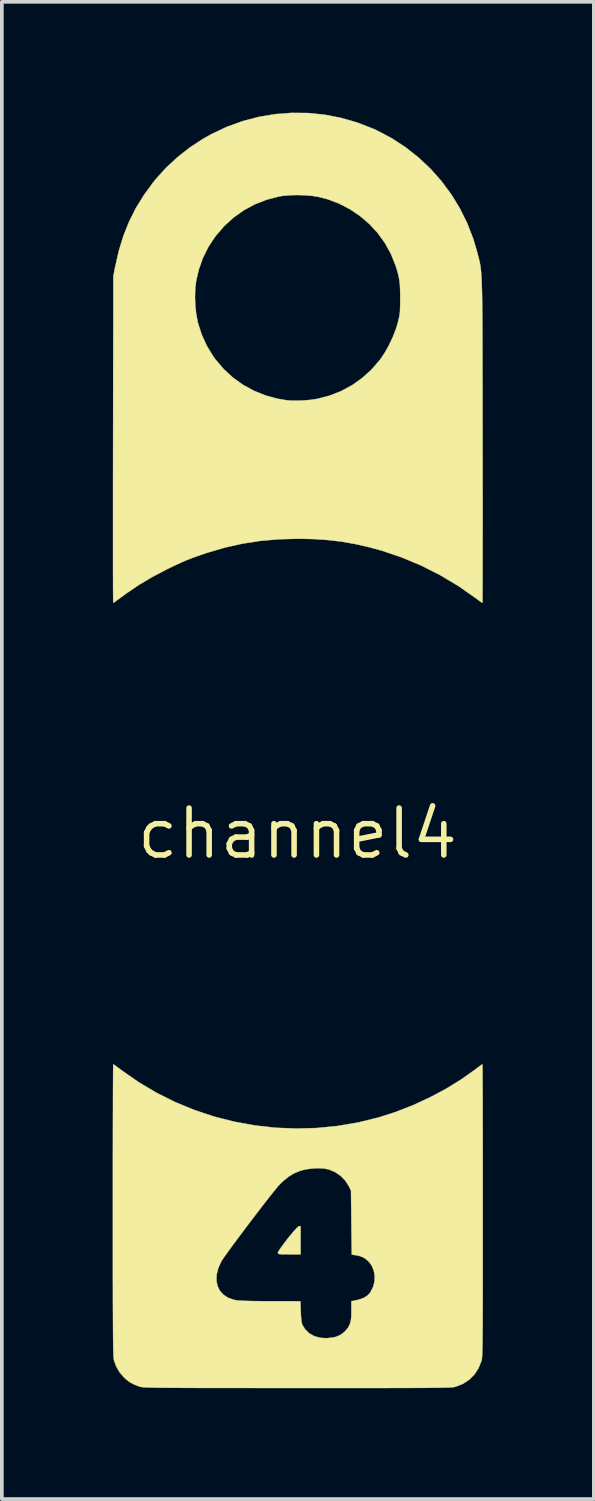
<source format=kicad_pcb>
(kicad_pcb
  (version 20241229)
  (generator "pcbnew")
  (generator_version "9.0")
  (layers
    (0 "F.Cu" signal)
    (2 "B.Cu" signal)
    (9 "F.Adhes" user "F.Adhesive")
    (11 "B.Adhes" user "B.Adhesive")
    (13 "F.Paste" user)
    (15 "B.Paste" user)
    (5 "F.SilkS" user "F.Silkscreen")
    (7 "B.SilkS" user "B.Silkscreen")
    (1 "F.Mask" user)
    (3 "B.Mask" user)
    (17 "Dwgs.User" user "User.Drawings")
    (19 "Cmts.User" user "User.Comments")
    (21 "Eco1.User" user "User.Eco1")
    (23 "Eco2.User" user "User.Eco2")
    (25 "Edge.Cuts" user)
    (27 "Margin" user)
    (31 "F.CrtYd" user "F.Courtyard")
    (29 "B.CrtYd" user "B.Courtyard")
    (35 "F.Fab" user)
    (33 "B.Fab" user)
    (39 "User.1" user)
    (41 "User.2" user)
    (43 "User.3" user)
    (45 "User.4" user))
  (footprint "channel4"
    (layer "F.Cu")
    (at 5 19.51)
    (property "Reference" "channel4" (at 0 0 0) (layer "F.SilkS") (effects (font (size 1.27 1.27) (thickness 0.15))))
    (attr through_hole)
    (fp_poly (pts (xy 0.085 11.388) (xy -0.222 11.388) (xy -0.342 11.387) (xy -0.426 11.386) (xy -0.48 11.382) (xy -0.511 11.375) (xy -0.525 11.365) (xy -0.529 11.35) (xy -0.529 11.348) (xy -0.516 11.315) (xy -0.481 11.257) (xy -0.427 11.18) (xy -0.361 11.091) (xy -0.288 10.994) (xy -0.211 10.898) (xy -0.136 10.808) (xy -0.069 10.73) (xy -0.013 10.67) (xy 0.025 10.636) (xy 0.038 10.629) (xy 0.085 10.623) (xy 0.085 11.388)) (stroke (width 0.01) (type solid)) (fill yes) (layer "F.SilkS"))
    (fp_poly (pts (xy 0.284 -19.501) (xy 0.731 -19.456) (xy 1.173 -19.371) (xy 1.61 -19.246) (xy 2.037 -19.081) (xy 2.154 -19.028) (xy 2.552 -18.818) (xy 2.927 -18.573) (xy 3.278 -18.296) (xy 3.603 -17.99) (xy 3.899 -17.656) (xy 4.165 -17.297) (xy 4.398 -16.916) (xy 4.596 -16.515) (xy 4.758 -16.097) (xy 4.858 -15.759) (xy 4.875 -15.695) (xy 4.89 -15.637) (xy 4.904 -15.584) (xy 4.917 -15.534) (xy 4.929 -15.484) (xy 4.939 -15.433) (xy 4.949 -15.38) (xy 4.958 -15.321) (xy 4.965 -15.256) (xy 4.972 -15.182) (xy 4.978 -15.099) (xy 4.984 -15.003) (xy 4.988 -14.893) (xy 4.992 -14.767) (xy 4.996 -14.624) (xy 4.999 -14.461) (xy 5.001 -14.277) (xy 5.003 -14.069) (xy 5.005 -13.837) (xy 5.006 -13.578) (xy 5.007 -13.29) (xy 5.008 -12.971) (xy 5.008 -12.62) (xy 5.009 -12.235) (xy 5.01 -11.814) (xy 5.01 -11.355) (xy 5.011 -10.857) (xy 5.011 -10.642) (xy 5.012 -10.213) (xy 5.012 -9.796) (xy 5.012 -9.393) (xy 5.013 -9.005) (xy 5.013 -8.634) (xy 5.013 -8.282) (xy 5.012 -7.952) (xy 5.012 -7.644) (xy 5.012 -7.362) (xy 5.011 -7.107) (xy 5.011 -6.881) (xy 5.01 -6.686) (xy 5.009 -6.524) (xy 5.009 -6.397) (xy 5.008 -6.307) (xy 5.007 -6.256) (xy 5.006 -6.244) (xy 4.985 -6.256) (xy 4.939 -6.288) (xy 4.874 -6.335) (xy 4.831 -6.368) (xy 4.361 -6.697) (xy 3.868 -6.992) (xy 3.355 -7.252) (xy 2.826 -7.474) (xy 2.284 -7.657) (xy 1.916 -7.757) (xy 1.546 -7.84) (xy 1.189 -7.902) (xy 0.831 -7.944) (xy 0.46 -7.97) (xy 0.063 -7.979) (xy 0.011 -7.979) (xy -0.511 -7.965) (xy -1.009 -7.921) (xy -1.493 -7.846) (xy -1.969 -7.739) (xy -2.446 -7.599) (xy -2.529 -7.571) (xy -2.712 -7.508) (xy -2.871 -7.45) (xy -3.017 -7.392) (xy -3.162 -7.329) (xy -3.317 -7.258) (xy -3.495 -7.171) (xy -3.556 -7.141) (xy -3.936 -6.941) (xy -4.287 -6.732) (xy -4.622 -6.505) (xy -4.726 -6.429) (xy -4.814 -6.364) (xy -4.891 -6.309) (xy -4.948 -6.268) (xy -4.981 -6.246) (xy -4.985 -6.244) (xy -4.986 -6.265) (xy -4.987 -6.326) (xy -4.988 -6.426) (xy -4.989 -6.562) (xy -4.99 -6.732) (xy -4.99 -6.936) (xy -4.991 -7.169) (xy -4.991 -7.431) (xy -4.991 -7.72) (xy -4.991 -8.034) (xy -4.991 -8.37) (xy -4.991 -8.727) (xy -4.991 -9.103) (xy -4.991 -9.496) (xy -4.99 -9.903) (xy -4.99 -10.324) (xy -4.989 -10.663) (xy -4.983 -14.522) (xy -2.773 -14.522) (xy -2.764 -14.29) (xy -2.74 -14.064) (xy -2.701 -13.858) (xy -2.693 -13.822) (xy -2.59 -13.501) (xy -2.454 -13.203) (xy -2.282 -12.92) (xy -2.214 -12.826) (xy -1.994 -12.568) (xy -1.746 -12.34) (xy -1.473 -12.145) (xy -1.177 -11.983) (xy -0.862 -11.856) (xy -0.529 -11.767) (xy -0.293 -11.727) (xy -0.144 -11.716) (xy 0.03 -11.716) (xy 0.215 -11.725) (xy 0.397 -11.743) (xy 0.545 -11.767) (xy 0.874 -11.853) (xy 1.188 -11.977) (xy 1.484 -12.138) (xy 1.759 -12.334) (xy 2.01 -12.563) (xy 2.233 -12.822) (xy 2.236 -12.825) (xy 2.359 -13.007) (xy 2.477 -13.217) (xy 2.582 -13.44) (xy 2.668 -13.662) (xy 2.713 -13.811) (xy 2.736 -13.902) (xy 2.754 -13.977) (xy 2.766 -14.047) (xy 2.774 -14.12) (xy 2.778 -14.206) (xy 2.781 -14.315) (xy 2.782 -14.455) (xy 2.782 -14.478) (xy 2.781 -14.656) (xy 2.776 -14.803) (xy 2.766 -14.928) (xy 2.748 -15.043) (xy 2.721 -15.159) (xy 2.685 -15.286) (xy 2.651 -15.388) (xy 2.527 -15.696) (xy 2.367 -15.984) (xy 2.174 -16.251) (xy 1.951 -16.494) (xy 1.701 -16.709) (xy 1.427 -16.895) (xy 1.132 -17.049) (xy 0.819 -17.167) (xy 0.572 -17.232) (xy 0.401 -17.259) (xy 0.206 -17.276) (xy -0.000155 -17.282) (xy -0.202 -17.277) (xy -0.387 -17.261) (xy -0.493 -17.244) (xy -0.834 -17.156) (xy -1.154 -17.03) (xy -1.453 -16.869) (xy -1.731 -16.671) (xy -1.987 -16.436) (xy -1.997 -16.425) (xy -2.223 -16.161) (xy -2.411 -15.877) (xy -2.561 -15.573) (xy -2.674 -15.251) (xy -2.743 -14.944) (xy -2.766 -14.745) (xy -2.773 -14.522) (xy -4.983 -14.522) (xy -4.983 -15.081) (xy -4.936 -15.325) (xy -4.836 -15.764) (xy -4.711 -16.174) (xy -4.557 -16.559) (xy -4.374 -16.925) (xy -4.157 -17.278) (xy -3.904 -17.624) (xy -3.813 -17.736) (xy -3.544 -18.031) (xy -3.241 -18.31) (xy -2.912 -18.568) (xy -2.563 -18.798) (xy -2.328 -18.93) (xy -1.914 -19.125) (xy -1.488 -19.28) (xy -1.053 -19.395) (xy -0.61 -19.47) (xy -0.164 -19.505) (xy 0.284 -19.501)) (stroke (width 0.01) (type solid)) (fill yes) (layer "F.SilkS"))
    (fp_poly (pts (xy 5.007 6.265) (xy 5.008 6.326) (xy 5.009 6.425) (xy 5.01 6.561) (xy 5.011 6.73) (xy 5.012 6.932) (xy 5.013 7.163) (xy 5.013 7.422) (xy 5.014 7.707) (xy 5.015 8.015) (xy 5.015 8.345) (xy 5.016 8.695) (xy 5.016 9.062) (xy 5.016 9.445) (xy 5.016 9.84) (xy 5.016 10.198) (xy 5.016 10.682) (xy 5.016 11.126) (xy 5.016 11.531) (xy 5.016 11.898) (xy 5.016 12.231) (xy 5.015 12.531) (xy 5.015 12.799) (xy 5.014 13.037) (xy 5.013 13.248) (xy 5.012 13.432) (xy 5.01 13.593) (xy 5.009 13.731) (xy 5.007 13.848) (xy 5.005 13.947) (xy 5.003 14.028) (xy 5.001 14.095) (xy 4.998 14.148) (xy 4.995 14.19) (xy 4.991 14.222) (xy 4.988 14.246) (xy 4.983 14.264) (xy 4.982 14.268) (xy 4.903 14.467) (xy 4.792 14.638) (xy 4.651 14.78) (xy 4.481 14.892) (xy 4.284 14.971) (xy 4.277 14.973) (xy 4.26 14.977) (xy 4.238 14.981) (xy 4.208 14.985) (xy 4.169 14.988) (xy 4.118 14.99) (xy 4.055 14.993) (xy 3.977 14.995) (xy 3.882 14.997) (xy 3.769 14.999) (xy 3.637 15) (xy 3.483 15.002) (xy 3.305 15.003) (xy 3.102 15.004) (xy 2.872 15.004) (xy 2.613 15.005) (xy 2.324 15.006) (xy 2.003 15.006) (xy 1.647 15.006) (xy 1.256 15.006) (xy 0.827 15.006) (xy 0.359 15.006) (xy 0.001 15.006) (xy -0.493 15.006) (xy -0.947 15.006) (xy -1.362 15.005) (xy -1.74 15.005) (xy -2.083 15.005) (xy -2.393 15.004) (xy -2.671 15.004) (xy -2.919 15.003) (xy -3.139 15.002) (xy -3.333 15.001) (xy -3.503 15) (xy -3.649 14.999) (xy -3.775 14.997) (xy -3.882 14.995) (xy -3.971 14.993) (xy -4.045 14.991) (xy -4.105 14.989) (xy -4.154 14.986) (xy -4.192 14.983) (xy -4.221 14.979) (xy -4.244 14.975) (xy -4.262 14.971) (xy -4.276 14.967) (xy -4.427 14.909) (xy -4.553 14.838) (xy -4.668 14.745) (xy -4.701 14.712) (xy -4.818 14.574) (xy -4.905 14.421) (xy -4.961 14.268) (xy -4.965 14.251) (xy -4.969 14.228) (xy -4.973 14.198) (xy -4.976 14.159) (xy -4.979 14.109) (xy -4.981 14.046) (xy -4.984 13.968) (xy -4.986 13.874) (xy -4.987 13.761) (xy -4.989 13.628) (xy -4.99 13.474) (xy -4.991 13.295) (xy -4.992 13.091) (xy -4.993 12.86) (xy -4.994 12.599) (xy -4.994 12.308) (xy -4.995 12.098) (xy -2.193 12.098) (xy -2.164 12.244) (xy -2.101 12.372) (xy -2.006 12.479) (xy -1.879 12.563) (xy -1.723 12.619) (xy -1.636 12.636) (xy -1.582 12.641) (xy -1.491 12.645) (xy -1.369 12.649) (xy -1.223 12.653) (xy -1.058 12.655) (xy -0.88 12.657) (xy -0.706 12.657) (xy 0.08 12.658) (xy 0.09 12.938) (xy 0.097 13.084) (xy 0.108 13.192) (xy 0.124 13.268) (xy 0.134 13.297) (xy 0.214 13.426) (xy 0.322 13.529) (xy 0.457 13.603) (xy 0.612 13.647) (xy 0.783 13.659) (xy 0.967 13.639) (xy 1.051 13.619) (xy 1.17 13.566) (xy 1.28 13.482) (xy 1.369 13.375) (xy 1.417 13.28) (xy 1.437 13.217) (xy 1.45 13.149) (xy 1.458 13.065) (xy 1.46 12.953) (xy 1.46 12.911) (xy 1.46 12.658) (xy 1.519 12.647) (xy 1.671 12.612) (xy 1.788 12.57) (xy 1.878 12.517) (xy 1.948 12.45) (xy 1.978 12.409) (xy 2.05 12.267) (xy 2.088 12.117) (xy 2.092 11.966) (xy 2.065 11.821) (xy 2.008 11.688) (xy 1.922 11.574) (xy 1.809 11.485) (xy 1.768 11.464) (xy 1.695 11.437) (xy 1.609 11.416) (xy 1.578 11.411) (xy 1.471 11.398) (xy 1.46 10.53) (xy 1.45 9.663) (xy 1.39 9.54) (xy 1.295 9.392) (xy 1.169 9.264) (xy 1.021 9.163) (xy 0.858 9.093) (xy 0.719 9.064) (xy 0.551 9.056) (xy 0.372 9.067) (xy 0.198 9.094) (xy 0.063 9.131) (xy -0.099 9.2) (xy -0.251 9.294) (xy -0.401 9.418) (xy -0.476 9.491) (xy -0.519 9.539) (xy -0.584 9.616) (xy -0.667 9.719) (xy -0.765 9.843) (xy -0.876 9.985) (xy -0.996 10.141) (xy -1.123 10.306) (xy -1.253 10.476) (xy -1.383 10.648) (xy -1.51 10.818) (xy -1.632 10.981) (xy -1.745 11.133) (xy -1.846 11.271) (xy -1.932 11.39) (xy -2 11.487) (xy -2.047 11.557) (xy -2.065 11.588) (xy -2.145 11.767) (xy -2.187 11.938) (xy -2.193 12.098) (xy -4.995 12.098) (xy -4.995 11.983) (xy -4.995 11.624) (xy -4.995 11.228) (xy -4.995 10.795) (xy -4.995 10.321) (xy -4.995 10.198) (xy -4.995 9.793) (xy -4.995 9.398) (xy -4.995 9.018) (xy -4.995 8.652) (xy -4.994 8.305) (xy -4.994 7.977) (xy -4.993 7.672) (xy -4.992 7.39) (xy -4.992 7.134) (xy -4.991 6.906) (xy -4.99 6.708) (xy -4.989 6.543) (xy -4.988 6.412) (xy -4.987 6.317) (xy -4.986 6.26) (xy -4.985 6.244) (xy -4.966 6.256) (xy -4.919 6.289) (xy -4.852 6.338) (xy -4.77 6.399) (xy -4.753 6.412) (xy -4.29 6.734) (xy -3.807 7.02) (xy -3.305 7.27) (xy -2.787 7.483) (xy -2.255 7.66) (xy -1.712 7.798) (xy -1.161 7.899) (xy -0.602 7.962) (xy -0.04 7.985) (xy 0.524 7.97) (xy 1.087 7.914) (xy 1.647 7.819) (xy 2.195 7.684) (xy 2.661 7.535) (xy 3.126 7.353) (xy 3.583 7.142) (xy 4.024 6.907) (xy 4.44 6.65) (xy 4.825 6.376) (xy 4.863 6.347) (xy 4.926 6.299) (xy 4.976 6.263) (xy 5.003 6.245) (xy 5.005 6.244) (xy 5.007 6.265)) (stroke (width 0.01) (type solid)) (fill yes) (layer "F.SilkS")))
  (gr_rect
    (start -3 -3)
    (end 13.022 37.522)
    (stroke (width 0.1) (type default))
    (fill no)
    (layer "Edge.Cuts")))
</source>
